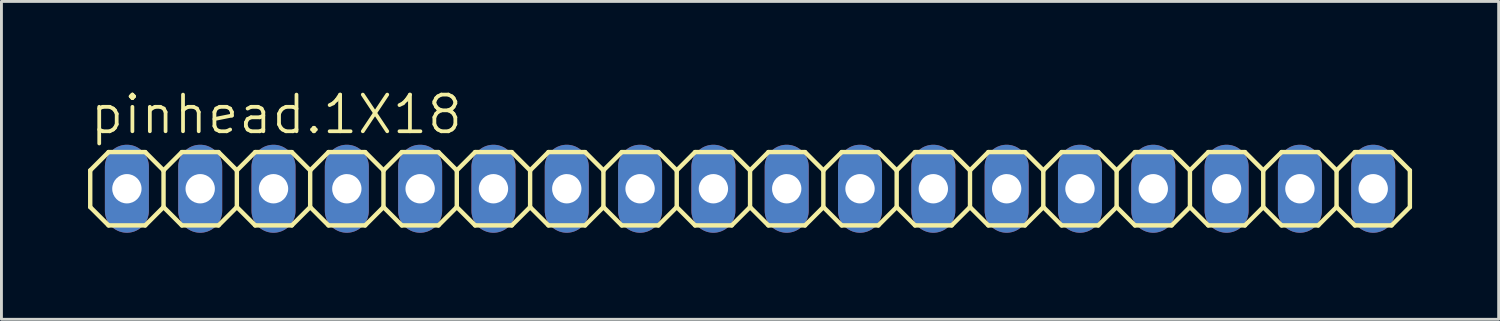
<source format=kicad_pcb>
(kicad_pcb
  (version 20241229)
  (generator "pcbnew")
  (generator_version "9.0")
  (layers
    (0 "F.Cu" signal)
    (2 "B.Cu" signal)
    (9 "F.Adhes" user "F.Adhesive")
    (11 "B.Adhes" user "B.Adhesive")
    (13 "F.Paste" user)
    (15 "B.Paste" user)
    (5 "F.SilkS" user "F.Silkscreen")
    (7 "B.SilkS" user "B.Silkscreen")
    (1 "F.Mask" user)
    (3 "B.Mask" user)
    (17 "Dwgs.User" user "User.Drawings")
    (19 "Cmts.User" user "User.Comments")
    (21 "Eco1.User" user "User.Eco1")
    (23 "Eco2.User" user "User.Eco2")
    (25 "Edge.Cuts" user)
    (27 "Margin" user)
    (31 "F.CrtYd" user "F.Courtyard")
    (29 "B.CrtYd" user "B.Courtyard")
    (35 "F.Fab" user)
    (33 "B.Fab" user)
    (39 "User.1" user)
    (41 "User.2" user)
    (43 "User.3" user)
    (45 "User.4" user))
  (footprint "pinhead.1X18"
    (layer "F.Cu")
    (at 22.936 3.489)
    (property "Reference" "pinhead.1X18" (at -22.936 -1.829 0) (layer "F.SilkS") (effects (font (size 1.27 1.27) (thickness 0.13)) (justify left bottom)))
    (attr through_hole)
    (fp_line (start -22.86 -0.635) (end -22.86 0.635) (stroke (width 0.152) (type default)) (layer "F.SilkS"))
    (fp_line (start -22.86 0.635) (end -22.225 1.27) (stroke (width 0.152) (type default)) (layer "F.SilkS"))
    (fp_line (start -22.225 -1.27) (end -22.86 -0.635) (stroke (width 0.152) (type default)) (layer "F.SilkS"))
    (fp_line (start -22.225 -1.27) (end -20.955 -1.27) (stroke (width 0.152) (type default)) (layer "F.SilkS"))
    (fp_line (start -20.955 -1.27) (end -20.32 -0.635) (stroke (width 0.152) (type default)) (layer "F.SilkS"))
    (fp_line (start -20.955 1.27) (end -22.225 1.27) (stroke (width 0.152) (type default)) (layer "F.SilkS"))
    (fp_line (start -20.32 -0.635) (end -20.32 0.635) (stroke (width 0.152) (type default)) (layer "F.SilkS"))
    (fp_line (start -20.32 -0.635) (end -19.685 -1.27) (stroke (width 0.152) (type default)) (layer "F.SilkS"))
    (fp_line (start -20.32 0.635) (end -20.955 1.27) (stroke (width 0.152) (type default)) (layer "F.SilkS"))
    (fp_line (start -19.685 -1.27) (end -18.415 -1.27) (stroke (width 0.152) (type default)) (layer "F.SilkS"))
    (fp_line (start -19.685 1.27) (end -20.32 0.635) (stroke (width 0.152) (type default)) (layer "F.SilkS"))
    (fp_line (start -18.415 -1.27) (end -17.78 -0.635) (stroke (width 0.152) (type default)) (layer "F.SilkS"))
    (fp_line (start -18.415 1.27) (end -19.685 1.27) (stroke (width 0.152) (type default)) (layer "F.SilkS"))
    (fp_line (start -17.78 -0.635) (end -17.78 0.635) (stroke (width 0.152) (type default)) (layer "F.SilkS"))
    (fp_line (start -17.78 -0.635) (end -17.145 -1.27) (stroke (width 0.152) (type default)) (layer "F.SilkS"))
    (fp_line (start -17.78 0.635) (end -18.415 1.27) (stroke (width 0.152) (type default)) (layer "F.SilkS"))
    (fp_line (start -17.145 -1.27) (end -15.875 -1.27) (stroke (width 0.152) (type default)) (layer "F.SilkS"))
    (fp_line (start -17.145 1.27) (end -17.78 0.635) (stroke (width 0.152) (type default)) (layer "F.SilkS"))
    (fp_line (start -15.875 -1.27) (end -15.24 -0.635) (stroke (width 0.152) (type default)) (layer "F.SilkS"))
    (fp_line (start -15.875 1.27) (end -17.145 1.27) (stroke (width 0.152) (type default)) (layer "F.SilkS"))
    (fp_line (start -15.24 -0.635) (end -15.24 0.635) (stroke (width 0.152) (type default)) (layer "F.SilkS"))
    (fp_line (start -15.24 0.635) (end -15.875 1.27) (stroke (width 0.152) (type default)) (layer "F.SilkS"))
    (fp_line (start -15.24 0.635) (end -14.605 1.27) (stroke (width 0.152) (type default)) (layer "F.SilkS"))
    (fp_line (start -14.605 -1.27) (end -15.24 -0.635) (stroke (width 0.152) (type default)) (layer "F.SilkS"))
    (fp_line (start -14.605 -1.27) (end -13.335 -1.27) (stroke (width 0.152) (type default)) (layer "F.SilkS"))
    (fp_line (start -13.335 -1.27) (end -12.7 -0.635) (stroke (width 0.152) (type default)) (layer "F.SilkS"))
    (fp_line (start -13.335 1.27) (end -14.605 1.27) (stroke (width 0.152) (type default)) (layer "F.SilkS"))
    (fp_line (start -12.7 -0.635) (end -12.7 0.635) (stroke (width 0.152) (type default)) (layer "F.SilkS"))
    (fp_line (start -12.7 -0.635) (end -12.065 -1.27) (stroke (width 0.152) (type default)) (layer "F.SilkS"))
    (fp_line (start -12.7 0.635) (end -13.335 1.27) (stroke (width 0.152) (type default)) (layer "F.SilkS"))
    (fp_line (start -12.065 -1.27) (end -10.795 -1.27) (stroke (width 0.152) (type default)) (layer "F.SilkS"))
    (fp_line (start -12.065 1.27) (end -12.7 0.635) (stroke (width 0.152) (type default)) (layer "F.SilkS"))
    (fp_line (start -10.795 -1.27) (end -10.16 -0.635) (stroke (width 0.152) (type default)) (layer "F.SilkS"))
    (fp_line (start -10.795 1.27) (end -12.065 1.27) (stroke (width 0.152) (type default)) (layer "F.SilkS"))
    (fp_line (start -10.16 -0.635) (end -10.16 0.635) (stroke (width 0.152) (type default)) (layer "F.SilkS"))
    (fp_line (start -10.16 -0.635) (end -9.525 -1.27) (stroke (width 0.152) (type default)) (layer "F.SilkS"))
    (fp_line (start -10.16 0.635) (end -10.795 1.27) (stroke (width 0.152) (type default)) (layer "F.SilkS"))
    (fp_line (start -9.525 -1.27) (end -8.255 -1.27) (stroke (width 0.152) (type default)) (layer "F.SilkS"))
    (fp_line (start -9.525 1.27) (end -10.16 0.635) (stroke (width 0.152) (type default)) (layer "F.SilkS"))
    (fp_line (start -8.255 -1.27) (end -7.62 -0.635) (stroke (width 0.152) (type default)) (layer "F.SilkS"))
    (fp_line (start -8.255 1.27) (end -9.525 1.27) (stroke (width 0.152) (type default)) (layer "F.SilkS"))
    (fp_line (start -7.62 -0.635) (end -7.62 0.635) (stroke (width 0.152) (type default)) (layer "F.SilkS"))
    (fp_line (start -7.62 0.635) (end -8.255 1.27) (stroke (width 0.152) (type default)) (layer "F.SilkS"))
    (fp_line (start -7.62 0.635) (end -6.985 1.27) (stroke (width 0.152) (type default)) (layer "F.SilkS"))
    (fp_line (start -6.985 -1.27) (end -7.62 -0.635) (stroke (width 0.152) (type default)) (layer "F.SilkS"))
    (fp_line (start -6.985 -1.27) (end -5.715 -1.27) (stroke (width 0.152) (type default)) (layer "F.SilkS"))
    (fp_line (start -5.715 -1.27) (end -5.08 -0.635) (stroke (width 0.152) (type default)) (layer "F.SilkS"))
    (fp_line (start -5.715 1.27) (end -6.985 1.27) (stroke (width 0.152) (type default)) (layer "F.SilkS"))
    (fp_line (start -5.08 -0.635) (end -5.08 0.635) (stroke (width 0.152) (type default)) (layer "F.SilkS"))
    (fp_line (start -5.08 -0.635) (end -4.445 -1.27) (stroke (width 0.152) (type default)) (layer "F.SilkS"))
    (fp_line (start -5.08 0.635) (end -5.715 1.27) (stroke (width 0.152) (type default)) (layer "F.SilkS"))
    (fp_line (start -4.445 -1.27) (end -3.175 -1.27) (stroke (width 0.152) (type default)) (layer "F.SilkS"))
    (fp_line (start -4.445 1.27) (end -5.08 0.635) (stroke (width 0.152) (type default)) (layer "F.SilkS"))
    (fp_line (start -3.175 -1.27) (end -2.54 -0.635) (stroke (width 0.152) (type default)) (layer "F.SilkS"))
    (fp_line (start -3.175 1.27) (end -4.445 1.27) (stroke (width 0.152) (type default)) (layer "F.SilkS"))
    (fp_line (start -2.54 -0.635) (end -2.54 0.635) (stroke (width 0.152) (type default)) (layer "F.SilkS"))
    (fp_line (start -2.54 -0.635) (end -1.905 -1.27) (stroke (width 0.152) (type default)) (layer "F.SilkS"))
    (fp_line (start -2.54 0.635) (end -3.175 1.27) (stroke (width 0.152) (type default)) (layer "F.SilkS"))
    (fp_line (start -1.905 -1.27) (end -0.635 -1.27) (stroke (width 0.152) (type default)) (layer "F.SilkS"))
    (fp_line (start -1.905 1.27) (end -2.54 0.635) (stroke (width 0.152) (type default)) (layer "F.SilkS"))
    (fp_line (start -0.635 -1.27) (end 0 -0.635) (stroke (width 0.152) (type default)) (layer "F.SilkS"))
    (fp_line (start -0.635 1.27) (end -1.905 1.27) (stroke (width 0.152) (type default)) (layer "F.SilkS"))
    (fp_line (start 0 -0.635) (end 0 0.635) (stroke (width 0.152) (type default)) (layer "F.SilkS"))
    (fp_line (start 0 0.635) (end -0.635 1.27) (stroke (width 0.152) (type default)) (layer "F.SilkS"))
    (fp_line (start 0 0.635) (end 0.635 1.27) (stroke (width 0.152) (type default)) (layer "F.SilkS"))
    (fp_line (start 0.635 -1.27) (end 0 -0.635) (stroke (width 0.152) (type default)) (layer "F.SilkS"))
    (fp_line (start 0.635 -1.27) (end 1.905 -1.27) (stroke (width 0.152) (type default)) (layer "F.SilkS"))
    (fp_line (start 1.905 -1.27) (end 2.54 -0.635) (stroke (width 0.152) (type default)) (layer "F.SilkS"))
    (fp_line (start 1.905 1.27) (end 0.635 1.27) (stroke (width 0.152) (type default)) (layer "F.SilkS"))
    (fp_line (start 2.54 -0.635) (end 2.54 0.635) (stroke (width 0.152) (type default)) (layer "F.SilkS"))
    (fp_line (start 2.54 -0.635) (end 3.175 -1.27) (stroke (width 0.152) (type default)) (layer "F.SilkS"))
    (fp_line (start 2.54 0.635) (end 1.905 1.27) (stroke (width 0.152) (type default)) (layer "F.SilkS"))
    (fp_line (start 3.175 -1.27) (end 4.445 -1.27) (stroke (width 0.152) (type default)) (layer "F.SilkS"))
    (fp_line (start 3.175 1.27) (end 2.54 0.635) (stroke (width 0.152) (type default)) (layer "F.SilkS"))
    (fp_line (start 4.445 -1.27) (end 5.08 -0.635) (stroke (width 0.152) (type default)) (layer "F.SilkS"))
    (fp_line (start 4.445 1.27) (end 3.175 1.27) (stroke (width 0.152) (type default)) (layer "F.SilkS"))
    (fp_line (start 5.08 -0.635) (end 5.08 0.635) (stroke (width 0.152) (type default)) (layer "F.SilkS"))
    (fp_line (start 5.08 -0.635) (end 5.715 -1.27) (stroke (width 0.152) (type default)) (layer "F.SilkS"))
    (fp_line (start 5.08 0.635) (end 4.445 1.27) (stroke (width 0.152) (type default)) (layer "F.SilkS"))
    (fp_line (start 5.715 -1.27) (end 6.985 -1.27) (stroke (width 0.152) (type default)) (layer "F.SilkS"))
    (fp_line (start 5.715 1.27) (end 5.08 0.635) (stroke (width 0.152) (type default)) (layer "F.SilkS"))
    (fp_line (start 6.985 -1.27) (end 7.62 -0.635) (stroke (width 0.152) (type default)) (layer "F.SilkS"))
    (fp_line (start 6.985 1.27) (end 5.715 1.27) (stroke (width 0.152) (type default)) (layer "F.SilkS"))
    (fp_line (start 7.62 -0.635) (end 7.62 0.635) (stroke (width 0.152) (type default)) (layer "F.SilkS"))
    (fp_line (start 7.62 0.635) (end 6.985 1.27) (stroke (width 0.152) (type default)) (layer "F.SilkS"))
    (fp_line (start 7.62 0.635) (end 8.255 1.27) (stroke (width 0.152) (type default)) (layer "F.SilkS"))
    (fp_line (start 8.255 -1.27) (end 7.62 -0.635) (stroke (width 0.152) (type default)) (layer "F.SilkS"))
    (fp_line (start 8.255 -1.27) (end 9.525 -1.27) (stroke (width 0.152) (type default)) (layer "F.SilkS"))
    (fp_line (start 9.525 -1.27) (end 10.16 -0.635) (stroke (width 0.152) (type default)) (layer "F.SilkS"))
    (fp_line (start 9.525 1.27) (end 8.255 1.27) (stroke (width 0.152) (type default)) (layer "F.SilkS"))
    (fp_line (start 10.16 -0.635) (end 10.16 0.635) (stroke (width 0.152) (type default)) (layer "F.SilkS"))
    (fp_line (start 10.16 -0.635) (end 10.795 -1.27) (stroke (width 0.152) (type default)) (layer "F.SilkS"))
    (fp_line (start 10.16 0.635) (end 9.525 1.27) (stroke (width 0.152) (type default)) (layer "F.SilkS"))
    (fp_line (start 10.795 -1.27) (end 12.065 -1.27) (stroke (width 0.152) (type default)) (layer "F.SilkS"))
    (fp_line (start 10.795 1.27) (end 10.16 0.635) (stroke (width 0.152) (type default)) (layer "F.SilkS"))
    (fp_line (start 12.065 -1.27) (end 12.7 -0.635) (stroke (width 0.152) (type default)) (layer "F.SilkS"))
    (fp_line (start 12.065 1.27) (end 10.795 1.27) (stroke (width 0.152) (type default)) (layer "F.SilkS"))
    (fp_line (start 12.7 -0.635) (end 12.7 0.635) (stroke (width 0.152) (type default)) (layer "F.SilkS"))
    (fp_line (start 12.7 -0.635) (end 13.335 -1.27) (stroke (width 0.152) (type default)) (layer "F.SilkS"))
    (fp_line (start 12.7 0.635) (end 12.065 1.27) (stroke (width 0.152) (type default)) (layer "F.SilkS"))
    (fp_line (start 13.335 -1.27) (end 14.605 -1.27) (stroke (width 0.152) (type default)) (layer "F.SilkS"))
    (fp_line (start 13.335 1.27) (end 12.7 0.635) (stroke (width 0.152) (type default)) (layer "F.SilkS"))
    (fp_line (start 14.605 -1.27) (end 15.24 -0.635) (stroke (width 0.152) (type default)) (layer "F.SilkS"))
    (fp_line (start 14.605 1.27) (end 13.335 1.27) (stroke (width 0.152) (type default)) (layer "F.SilkS"))
    (fp_line (start 15.24 -0.635) (end 15.24 0.635) (stroke (width 0.152) (type default)) (layer "F.SilkS"))
    (fp_line (start 15.24 0.635) (end 14.605 1.27) (stroke (width 0.152) (type default)) (layer "F.SilkS"))
    (fp_line (start 15.24 0.635) (end 15.875 1.27) (stroke (width 0.152) (type default)) (layer "F.SilkS"))
    (fp_line (start 15.875 -1.27) (end 15.24 -0.635) (stroke (width 0.152) (type default)) (layer "F.SilkS"))
    (fp_line (start 15.875 -1.27) (end 17.145 -1.27) (stroke (width 0.152) (type default)) (layer "F.SilkS"))
    (fp_line (start 17.145 -1.27) (end 17.78 -0.635) (stroke (width 0.152) (type default)) (layer "F.SilkS"))
    (fp_line (start 17.145 1.27) (end 15.875 1.27) (stroke (width 0.152) (type default)) (layer "F.SilkS"))
    (fp_line (start 17.78 -0.635) (end 17.78 0.635) (stroke (width 0.152) (type default)) (layer "F.SilkS"))
    (fp_line (start 17.78 -0.635) (end 18.415 -1.27) (stroke (width 0.152) (type default)) (layer "F.SilkS"))
    (fp_line (start 17.78 0.635) (end 17.145 1.27) (stroke (width 0.152) (type default)) (layer "F.SilkS"))
    (fp_line (start 18.415 -1.27) (end 19.685 -1.27) (stroke (width 0.152) (type default)) (layer "F.SilkS"))
    (fp_line (start 18.415 1.27) (end 17.78 0.635) (stroke (width 0.152) (type default)) (layer "F.SilkS"))
    (fp_line (start 19.685 -1.27) (end 20.32 -0.635) (stroke (width 0.152) (type default)) (layer "F.SilkS"))
    (fp_line (start 19.685 1.27) (end 18.415 1.27) (stroke (width 0.152) (type default)) (layer "F.SilkS"))
    (fp_line (start 20.32 -0.635) (end 20.32 0.635) (stroke (width 0.152) (type default)) (layer "F.SilkS"))
    (fp_line (start 20.32 -0.635) (end 20.955 -1.27) (stroke (width 0.152) (type default)) (layer "F.SilkS"))
    (fp_line (start 20.32 0.635) (end 19.685 1.27) (stroke (width 0.152) (type default)) (layer "F.SilkS"))
    (fp_line (start 20.955 -1.27) (end 22.225 -1.27) (stroke (width 0.152) (type default)) (layer "F.SilkS"))
    (fp_line (start 20.955 1.27) (end 20.32 0.635) (stroke (width 0.152) (type default)) (layer "F.SilkS"))
    (fp_line (start 22.225 -1.27) (end 22.86 -0.635) (stroke (width 0.152) (type default)) (layer "F.SilkS"))
    (fp_line (start 22.225 1.27) (end 20.955 1.27) (stroke (width 0.152) (type default)) (layer "F.SilkS"))
    (fp_line (start 22.86 -0.635) (end 22.86 0.635) (stroke (width 0.152) (type default)) (layer "F.SilkS"))
    (fp_line (start 22.86 0.635) (end 22.225 1.27) (stroke (width 0.152) (type default)) (layer "F.SilkS"))
    (fp_rect (start -21.844 0.254) (end -21.336 -0.254) (stroke (width 0.05) (type default)) (fill no) (layer "F.Fab"))
    (fp_rect (start -19.304 0.254) (end -18.796 -0.254) (stroke (width 0.05) (type default)) (fill no) (layer "F.Fab"))
    (fp_rect (start -16.764 0.254) (end -16.256 -0.254) (stroke (width 0.05) (type default)) (fill no) (layer "F.Fab"))
    (fp_rect (start -14.224 0.254) (end -13.716 -0.254) (stroke (width 0.05) (type default)) (fill no) (layer "F.Fab"))
    (fp_rect (start -11.684 0.254) (end -11.176 -0.254) (stroke (width 0.05) (type default)) (fill no) (layer "F.Fab"))
    (fp_rect (start -9.144 0.254) (end -8.636 -0.254) (stroke (width 0.05) (type default)) (fill no) (layer "F.Fab"))
    (fp_rect (start -6.604 0.254) (end -6.096 -0.254) (stroke (width 0.05) (type default)) (fill no) (layer "F.Fab"))
    (fp_rect (start -4.064 0.254) (end -3.556 -0.254) (stroke (width 0.05) (type default)) (fill no) (layer "F.Fab"))
    (fp_rect (start -1.524 0.254) (end -1.016 -0.254) (stroke (width 0.05) (type default)) (fill no) (layer "F.Fab"))
    (fp_rect (start 1.016 0.254) (end 1.524 -0.254) (stroke (width 0.05) (type default)) (fill no) (layer "F.Fab"))
    (fp_rect (start 3.556 0.254) (end 4.064 -0.254) (stroke (width 0.05) (type default)) (fill no) (layer "F.Fab"))
    (fp_rect (start 6.096 0.254) (end 6.604 -0.254) (stroke (width 0.05) (type default)) (fill no) (layer "F.Fab"))
    (fp_rect (start 8.636 0.254) (end 9.144 -0.254) (stroke (width 0.05) (type default)) (fill no) (layer "F.Fab"))
    (fp_rect (start 11.176 0.254) (end 11.684 -0.254) (stroke (width 0.05) (type default)) (fill no) (layer "F.Fab"))
    (fp_rect (start 13.716 0.254) (end 14.224 -0.254) (stroke (width 0.05) (type default)) (fill no) (layer "F.Fab"))
    (fp_rect (start 16.256 0.254) (end 16.764 -0.254) (stroke (width 0.05) (type default)) (fill no) (layer "F.Fab"))
    (fp_rect (start 18.796 0.254) (end 19.304 -0.254) (stroke (width 0.05) (type default)) (fill no) (layer "F.Fab"))
    (fp_rect (start 21.336 0.254) (end 21.844 -0.254) (stroke (width 0.05) (type default)) (fill no) (layer "F.Fab"))
    (pad "1" thru_hole oval (at -21.59 0 90) (size 3.048 1.524) (drill 1.016) (layers "*.Cu" "*.Mask"))
    (pad "2" thru_hole oval (at -19.05 0 90) (size 3.048 1.524) (drill 1.016) (layers "*.Cu" "*.Mask"))
    (pad "3" thru_hole oval (at -16.51 0 90) (size 3.048 1.524) (drill 1.016) (layers "*.Cu" "*.Mask"))
    (pad "4" thru_hole oval (at -13.97 0 90) (size 3.048 1.524) (drill 1.016) (layers "*.Cu" "*.Mask"))
    (pad "5" thru_hole oval (at -11.43 0 90) (size 3.048 1.524) (drill 1.016) (layers "*.Cu" "*.Mask"))
    (pad "6" thru_hole oval (at -8.89 0 90) (size 3.048 1.524) (drill 1.016) (layers "*.Cu" "*.Mask"))
    (pad "7" thru_hole oval (at -6.35 0 90) (size 3.048 1.524) (drill 1.016) (layers "*.Cu" "*.Mask"))
    (pad "8" thru_hole oval (at -3.81 0 90) (size 3.048 1.524) (drill 1.016) (layers "*.Cu" "*.Mask"))
    (pad "9" thru_hole oval (at -1.27 0 90) (size 3.048 1.524) (drill 1.016) (layers "*.Cu" "*.Mask"))
    (pad "10" thru_hole oval (at 1.27 0 90) (size 3.048 1.524) (drill 1.016) (layers "*.Cu" "*.Mask"))
    (pad "11" thru_hole oval (at 3.81 0 90) (size 3.048 1.524) (drill 1.016) (layers "*.Cu" "*.Mask"))
    (pad "12" thru_hole oval (at 6.35 0 90) (size 3.048 1.524) (drill 1.016) (layers "*.Cu" "*.Mask"))
    (pad "13" thru_hole oval (at 8.89 0 90) (size 3.048 1.524) (drill 1.016) (layers "*.Cu" "*.Mask"))
    (pad "14" thru_hole oval (at 11.43 0 90) (size 3.048 1.524) (drill 1.016) (layers "*.Cu" "*.Mask"))
    (pad "15" thru_hole oval (at 13.97 0 90) (size 3.048 1.524) (drill 1.016) (layers "*.Cu" "*.Mask"))
    (pad "16" thru_hole oval (at 16.51 0 90) (size 3.048 1.524) (drill 1.016) (layers "*.Cu" "*.Mask"))
    (pad "17" thru_hole oval (at 19.05 0 90) (size 3.048 1.524) (drill 1.016) (layers "*.Cu" "*.Mask"))
    (pad "18" thru_hole oval (at 21.59 0 90) (size 3.048 1.524) (drill 1.016) (layers "*.Cu" "*.Mask")))
  (gr_rect
    (start -3 -3)
    (end 48.872 8.013)
    (stroke (width 0.1) (type default))
    (fill no)
    (layer "Edge.Cuts")))
</source>
